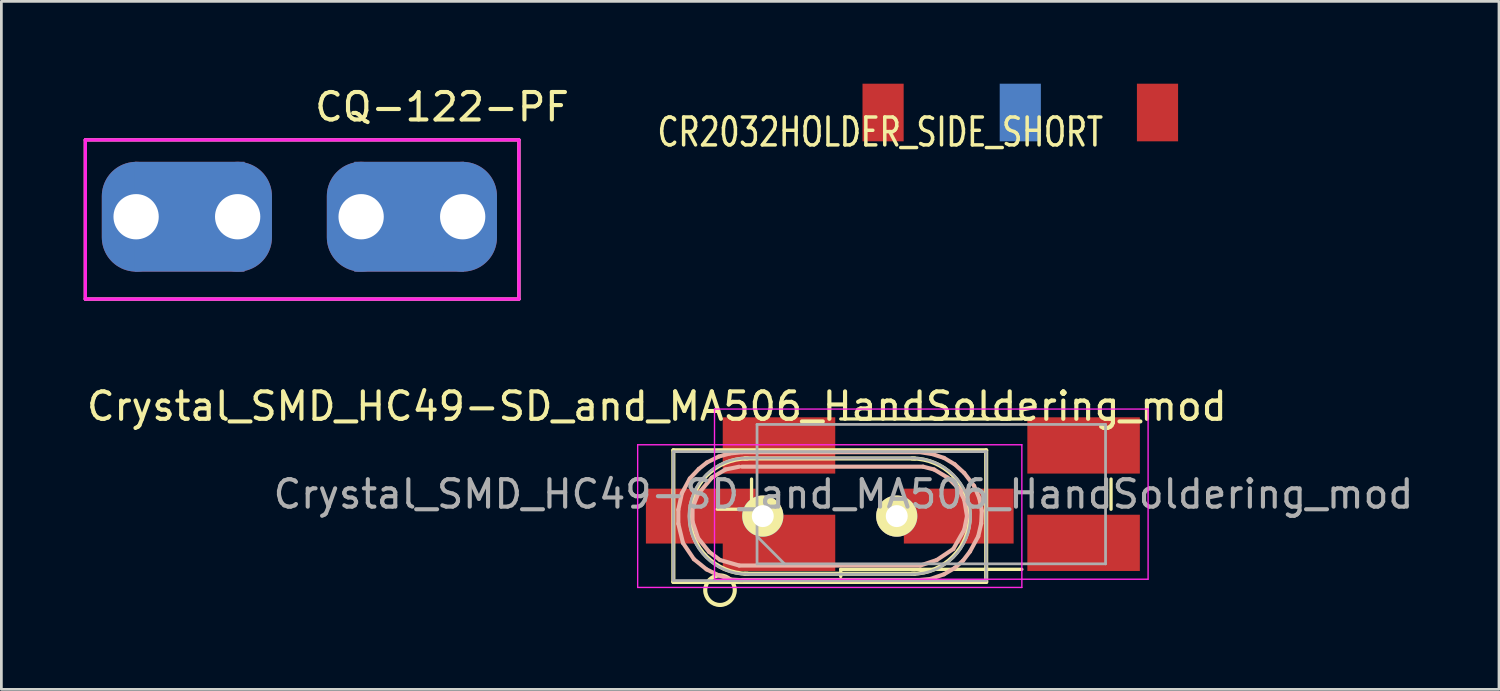
<source format=kicad_pcb>
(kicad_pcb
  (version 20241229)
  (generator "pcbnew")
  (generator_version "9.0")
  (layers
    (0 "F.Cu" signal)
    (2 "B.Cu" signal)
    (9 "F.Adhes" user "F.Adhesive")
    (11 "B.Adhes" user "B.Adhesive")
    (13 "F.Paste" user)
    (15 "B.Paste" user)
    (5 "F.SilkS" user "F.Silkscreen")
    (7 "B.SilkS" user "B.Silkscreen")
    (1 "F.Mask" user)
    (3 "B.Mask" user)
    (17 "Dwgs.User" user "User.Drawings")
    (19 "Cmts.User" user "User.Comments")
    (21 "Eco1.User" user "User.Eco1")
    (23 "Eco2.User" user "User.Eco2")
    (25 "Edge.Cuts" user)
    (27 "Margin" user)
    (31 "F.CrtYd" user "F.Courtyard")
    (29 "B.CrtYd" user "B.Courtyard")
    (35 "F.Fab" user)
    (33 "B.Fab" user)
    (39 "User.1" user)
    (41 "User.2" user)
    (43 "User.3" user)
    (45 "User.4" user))
  (footprint "Crystal_SMD_HC49-SD_and_MA506_HandSoldering_mod"
    (layer "F.Cu")
    (at 27.187 15.757)
    (property "Reference" "Crystal_SMD_HC49-SD_and_MA506_HandSoldering_mod" (at -6.3 -4 0) (layer "F.SilkS") (effects (font (size 1 1) (thickness 0.15))))
    (attr smd)
    (fp_line (start -5.7 -2.4) (end 5.7 -2.4) (stroke (width 0.15) (type solid)) (layer "F.SilkS"))
    (fp_line (start -5.7 2.4) (end -5.7 -2.4) (stroke (width 0.15) (type solid)) (layer "F.SilkS"))
    (fp_line (start -4.1 -0.25) (end -2.85 -0.25) (stroke (width 0.12) (type solid)) (layer "F.SilkS"))
    (fp_line (start -3.1 -2.1) (end 3.1 -2.1) (stroke (width 0.15) (type solid)) (layer "F.SilkS"))
    (fp_line (start -3.1 2.1) (end 3.1 2.1) (stroke (width 0.15) (type solid)) (layer "F.SilkS"))
    (fp_line (start -2.85 -0.25) (end -2.85 -1.35) (stroke (width 0.12) (type solid)) (layer "F.SilkS"))
    (fp_line (start 0.4 -3.54) (end 7 -3.54) (stroke (width 0.12) (type solid)) (layer "F.SilkS"))
    (fp_line (start 0.4 1.94) (end 0.4 2.2) (stroke (width 0.12) (type solid)) (layer "F.SilkS"))
    (fp_line (start 5.7 -2.4) (end 5.7 2.4) (stroke (width 0.15) (type solid)) (layer "F.SilkS"))
    (fp_line (start 5.7 2.4) (end -5.7 2.4) (stroke (width 0.15) (type solid)) (layer "F.SilkS"))
    (fp_line (start 7 1.94) (end 0.4 1.94) (stroke (width 0.12) (type solid)) (layer "F.SilkS"))
    (fp_line (start 10.25 -1.35) (end 10.25 -0.25) (stroke (width 0.12) (type solid)) (layer "F.SilkS"))
    (fp_arc (start -3 2.1) (mid -5.1 0) (end -3 -2.1) (stroke (width 0.15) (type solid)) (layer "F.SilkS"))
    (fp_arc (start 3 -2.1) (mid 5.1 0) (end 3 2.1) (stroke (width 0.15) (type solid)) (layer "F.SilkS"))
    (fp_circle (center -4 2.7) (end -3.5 2.9) (stroke (width 0.15) (type solid)) (fill no) (layer "F.SilkS"))
    (fp_line (start -5.519 -0.231) (end -5.519 0.279) (stroke (width 0.15) (type solid)) (layer "B.SilkS"))
    (fp_line (start -5.519 0.279) (end -5.349 0.98) (stroke (width 0.15) (type solid)) (layer "B.SilkS"))
    (fp_line (start -5.39 -0.831) (end -5.519 -0.231) (stroke (width 0.15) (type solid)) (layer "B.SilkS"))
    (fp_line (start -5.349 0.98) (end -4.95 1.57) (stroke (width 0.15) (type solid)) (layer "B.SilkS"))
    (fp_line (start -5.1 -1.369) (end -5.39 -0.831) (stroke (width 0.15) (type solid)) (layer "B.SilkS"))
    (fp_line (start -5.001 -0.3) (end -4.801 -0.8) (stroke (width 0.15) (type solid)) (layer "B.SilkS"))
    (fp_line (start -5.001 0.201) (end -5.001 -0.3) (stroke (width 0.15) (type solid)) (layer "B.SilkS"))
    (fp_line (start -4.95 1.57) (end -4.491 1.941) (stroke (width 0.15) (type solid)) (layer "B.SilkS"))
    (fp_line (start -4.801 -0.8) (end -4.3 -1.4) (stroke (width 0.15) (type solid)) (layer "B.SilkS"))
    (fp_line (start -4.801 0.8) (end -5.001 0.201) (stroke (width 0.15) (type solid)) (layer "B.SilkS"))
    (fp_line (start -4.77 -1.72) (end -5.1 -1.369) (stroke (width 0.15) (type solid)) (layer "B.SilkS"))
    (fp_line (start -4.491 1.941) (end -4.069 2.149) (stroke (width 0.15) (type solid)) (layer "B.SilkS"))
    (fp_line (start -4.481 -1.951) (end -4.77 -1.72) (stroke (width 0.15) (type solid)) (layer "B.SilkS"))
    (fp_line (start -4.399 1.3) (end -4.801 0.8) (stroke (width 0.15) (type solid)) (layer "B.SilkS"))
    (fp_line (start -4.3 -1.4) (end -3.8 -1.699) (stroke (width 0.15) (type solid)) (layer "B.SilkS"))
    (fp_line (start -4.069 2.149) (end -3.619 2.309) (stroke (width 0.15) (type solid)) (layer "B.SilkS"))
    (fp_line (start -4.049 -2.169) (end -4.481 -1.951) (stroke (width 0.15) (type solid)) (layer "B.SilkS"))
    (fp_line (start -4 1.6) (end -4.399 1.3) (stroke (width 0.15) (type solid)) (layer "B.SilkS"))
    (fp_line (start -3.8 -1.699) (end -3.299 -1.801) (stroke (width 0.15) (type solid)) (layer "B.SilkS"))
    (fp_line (start -3.65 -2.281) (end -4.049 -2.169) (stroke (width 0.15) (type solid)) (layer "B.SilkS"))
    (fp_line (start -3.619 2.309) (end -3.18 2.339) (stroke (width 0.15) (type solid)) (layer "B.SilkS"))
    (fp_line (start -3.299 1.801) (end -4 1.6) (stroke (width 0.15) (type solid)) (layer "B.SilkS"))
    (fp_line (start -3.2 -2.329) (end 3.251 -2.329) (stroke (width 0.15) (type solid)) (layer "B.SilkS"))
    (fp_line (start -3.2 -1.801) (end 3.401 -1.801) (stroke (width 0.15) (type solid)) (layer "B.SilkS"))
    (fp_line (start -3.2 2.329) (end 3.251 2.329) (stroke (width 0.15) (type solid)) (layer "B.SilkS"))
    (fp_line (start -3.19 -2.329) (end -3.65 -2.281) (stroke (width 0.15) (type solid)) (layer "B.SilkS"))
    (fp_line (start 3.251 2.329) (end 3.67 2.291) (stroke (width 0.15) (type solid)) (layer "B.SilkS"))
    (fp_line (start 3.299 1.801) (end -3.299 1.801) (stroke (width 0.15) (type solid)) (layer "B.SilkS"))
    (fp_line (start 3.401 -1.801) (end 3.8 -1.699) (stroke (width 0.15) (type solid)) (layer "B.SilkS"))
    (fp_line (start 3.67 2.291) (end 4.161 2.121) (stroke (width 0.15) (type solid)) (layer "B.SilkS"))
    (fp_line (start 3.731 -2.261) (end 3.289 -2.329) (stroke (width 0.15) (type solid)) (layer "B.SilkS"))
    (fp_line (start 3.8 -1.699) (end 4.3 -1.4) (stroke (width 0.15) (type solid)) (layer "B.SilkS"))
    (fp_line (start 3.899 1.6) (end 3.299 1.801) (stroke (width 0.15) (type solid)) (layer "B.SilkS"))
    (fp_line (start 4.161 -2.121) (end 3.731 -2.261) (stroke (width 0.15) (type solid)) (layer "B.SilkS"))
    (fp_line (start 4.161 2.121) (end 4.539 1.9) (stroke (width 0.15) (type solid)) (layer "B.SilkS"))
    (fp_line (start 4.3 -1.4) (end 4.801 -0.899) (stroke (width 0.15) (type solid)) (layer "B.SilkS"))
    (fp_line (start 4.501 1.199) (end 3.899 1.6) (stroke (width 0.15) (type solid)) (layer "B.SilkS"))
    (fp_line (start 4.539 1.9) (end 4.859 1.621) (stroke (width 0.15) (type solid)) (layer "B.SilkS"))
    (fp_line (start 4.549 -1.89) (end 4.161 -2.121) (stroke (width 0.15) (type solid)) (layer "B.SilkS"))
    (fp_line (start 4.699 -1.001) (end 4.9 -0.599) (stroke (width 0.15) (type solid)) (layer "B.SilkS"))
    (fp_line (start 4.859 1.621) (end 5.11 1.29) (stroke (width 0.15) (type solid)) (layer "B.SilkS"))
    (fp_line (start 4.9 -1.57) (end 4.549 -1.89) (stroke (width 0.15) (type solid)) (layer "B.SilkS"))
    (fp_line (start 4.9 -0.599) (end 5.001 0) (stroke (width 0.15) (type solid)) (layer "B.SilkS"))
    (fp_line (start 4.9 0.5) (end 4.501 1.199) (stroke (width 0.15) (type solid)) (layer "B.SilkS"))
    (fp_line (start 5.001 0) (end 4.9 0.5) (stroke (width 0.15) (type solid)) (layer "B.SilkS"))
    (fp_line (start 5.11 1.29) (end 5.41 0.739) (stroke (width 0.15) (type solid)) (layer "B.SilkS"))
    (fp_line (start 5.26 -1.1) (end 4.9 -1.57) (stroke (width 0.15) (type solid)) (layer "B.SilkS"))
    (fp_line (start 5.41 0.739) (end 5.519 0.269) (stroke (width 0.15) (type solid)) (layer "B.SilkS"))
    (fp_line (start 5.451 -0.65) (end 5.26 -1.1) (stroke (width 0.15) (type solid)) (layer "B.SilkS"))
    (fp_line (start 5.519 0.269) (end 5.54 -0.191) (stroke (width 0.15) (type solid)) (layer "B.SilkS"))
    (fp_line (start 5.54 -0.191) (end 5.451 -0.65) (stroke (width 0.15) (type solid)) (layer "B.SilkS"))
    (fp_line (start -7 -2.6) (end -7 2.6) (stroke (width 0.05) (type solid)) (layer "F.CrtYd"))
    (fp_line (start -7 2.6) (end 7 2.6) (stroke (width 0.05) (type solid)) (layer "F.CrtYd"))
    (fp_line (start -4.2 -3.9) (end -4.2 2.3) (stroke (width 0.05) (type solid)) (layer "F.CrtYd"))
    (fp_line (start -4.2 2.3) (end 11.6 2.3) (stroke (width 0.05) (type solid)) (layer "F.CrtYd"))
    (fp_line (start 7 -2.6) (end -7 -2.6) (stroke (width 0.05) (type solid)) (layer "F.CrtYd"))
    (fp_line (start 7 2.6) (end 7 -2.6) (stroke (width 0.05) (type solid)) (layer "F.CrtYd"))
    (fp_line (start 11.6 -3.9) (end -4.2 -3.9) (stroke (width 0.05) (type solid)) (layer "F.CrtYd"))
    (fp_line (start 11.6 2.3) (end 11.6 -3.9) (stroke (width 0.05) (type solid)) (layer "F.CrtYd"))
    (fp_line (start -5.7 -2.35) (end -5.7 2.35) (stroke (width 0.1) (type solid)) (layer "F.Fab"))
    (fp_line (start -5.7 2.35) (end 5.7 2.35) (stroke (width 0.1) (type solid)) (layer "F.Fab"))
    (fp_line (start -3.015 -2.115) (end 3.015 -2.115) (stroke (width 0.1) (type solid)) (layer "F.Fab"))
    (fp_line (start -3.015 2.115) (end 3.015 2.115) (stroke (width 0.1) (type solid)) (layer "F.Fab"))
    (fp_line (start -2.65 -3.34) (end -2.65 1.74) (stroke (width 0.1) (type solid)) (layer "F.Fab"))
    (fp_line (start -2.65 0.74) (end -1.65 1.74) (stroke (width 0.1) (type solid)) (layer "F.Fab"))
    (fp_line (start -2.65 1.74) (end 10.05 1.74) (stroke (width 0.1) (type solid)) (layer "F.Fab"))
    (fp_line (start 5.7 -2.35) (end -5.7 -2.35) (stroke (width 0.1) (type solid)) (layer "F.Fab"))
    (fp_line (start 5.7 2.35) (end 5.7 -2.35) (stroke (width 0.1) (type solid)) (layer "F.Fab"))
    (fp_line (start 10.05 -3.34) (end -2.65 -3.34) (stroke (width 0.1) (type solid)) (layer "F.Fab"))
    (fp_line (start 10.05 1.74) (end 10.05 -3.34) (stroke (width 0.1) (type solid)) (layer "F.Fab"))
    (fp_arc (start -3.015 2.115) (mid -5.13 0) (end -3.015 -2.115) (stroke (width 0.1) (type solid)) (layer "F.Fab"))
    (fp_arc (start 3.015 -2.115) (mid 5.13 0) (end 3.015 2.115) (stroke (width 0.1) (type solid)) (layer "F.Fab"))
    (fp_text user "${REFERENCE}" (at 0.5 -0.8 0) (layer "F.Fab") (effects (font (size 1 1) (thickness 0.15))))
    (pad "1" smd rect (at -4.7 0) (size 4 2) (layers "F.Cu" "F.Mask" "F.Paste"))
    (pad "1" thru_hole circle (at -2.441 0) (size 1.501 1.501) (drill 0.8) (layers "*.Cu" "*.Mask" "F.SilkS"))
    (pad "1" smd rect (at -1.85 0.975) (size 4.1 2.05) (layers "F.Cu" "F.Mask" "F.Paste"))
    (pad "2" smd rect (at -1.85 -2.575) (size 4.1 2.05) (layers "F.Cu" "F.Mask" "F.Paste"))
    (pad "2" thru_hole circle (at 2.441 0) (size 1.501 1.501) (drill 0.8) (layers "*.Cu" "*.Mask" "F.SilkS"))
    (pad "2" smd rect (at 4.7 0) (size 4 2) (layers "F.Cu" "F.Mask" "F.Paste"))
    (pad "NC" smd rect (at 9.25 -2.575) (size 4.1 2.05) (layers "F.Cu" "F.Mask" "F.Paste"))
    (pad "NC" smd rect (at 9.25 0.975) (size 4.1 2.05) (layers "F.Cu" "F.Mask" "F.Paste")))
  (footprint "CR2032HOLDER_SIDE_SHORT"
    (layer "F.Cu")
    (at 29.13 0.75)
    (property "Reference" "CR2032HOLDER_SIDE_SHORT" (at -0.102 1.016 0) (layer "F.SilkS") (effects (font (size 1.016 0.762) (thickness 0.127))))
    (attr through_hole)
    (pad "1" smd rect (at 0 0.3 270) (size 2.1 1.5) (layers "F.Cu" "F.Mask" "F.Paste"))
    (pad "1" smd rect (at 10 0.3 270) (size 2.1 1.5) (layers "F.Cu" "F.Mask" "F.Paste"))
    (pad "2" smd rect (at 5 0.3 270) (size 2.1 1.5) (layers "B.Cu" "B.Mask" "B.Paste")))
  (footprint "CQ-122-PF"
    (layer "F.Cu")
    (at 7.86 4.848)
    (property "Reference" "CQ-122-PF" (at 5.2 -4 0) (unlocked yes) (layer "F.SilkS") (effects (font (size 1 1) (thickness 0.15))))
    (attr through_hole)
    (fp_line (start -7.8 -2.8) (end 8 -2.8) (stroke (width 0.12) (type solid)) (layer "F.SilkS"))
    (fp_line (start -7.8 3) (end -7.8 -2.8) (stroke (width 0.12) (type solid)) (layer "F.SilkS"))
    (fp_line (start 8 -2.8) (end 8 3) (stroke (width 0.12) (type solid)) (layer "F.SilkS"))
    (fp_line (start 8 3) (end -7.8 3) (stroke (width 0.12) (type solid)) (layer "F.SilkS"))
    (fp_line (start -7.8 -2.8) (end -7.8 3) (stroke (width 0.12) (type solid)) (layer "F.CrtYd"))
    (fp_line (start -7.8 -2.8) (end 8 -2.8) (stroke (width 0.12) (type solid)) (layer "F.CrtYd"))
    (fp_line (start -7.8 3) (end 8 3) (stroke (width 0.12) (type solid)) (layer "F.CrtYd"))
    (fp_line (start 8 3) (end 8 -2.8) (stroke (width 0.12) (type solid)) (layer "F.CrtYd"))
    (pad "1" thru_hole oval (at -5.95 0) (size 2.5 4) (drill 1.65) (layers "*.Cu" "*.Mask"))
    (pad "1" smd rect (at -4 0 180) (size 4 4) (layers "F.Cu"))
    (pad "1" smd rect (at -4 0) (size 4 4) (layers "B.Cu" "B.Mask"))
    (pad "1" thru_hole oval (at -2.25 0) (size 2.5 4) (drill 1.65) (layers "*.Cu" "*.Mask"))
    (pad "2" thru_hole oval (at 2.25 0) (size 2.5 4) (drill 1.65) (layers "*.Cu" "*.Mask"))
    (pad "2" smd rect (at 4 0 180) (size 4 4) (layers "F.Cu"))
    (pad "2" smd rect (at 4 0) (size 4 4) (layers "B.Cu" "B.Mask"))
    (pad "2" thru_hole oval (at 5.95 0) (size 2.5 4) (drill 1.65) (layers "*.Cu" "*.Mask")))
  (gr_rect
    (start -3 -3)
    (end 51.574 22.07)
    (stroke (width 0.1) (type default))
    (fill no)
    (layer "Edge.Cuts")))
</source>
